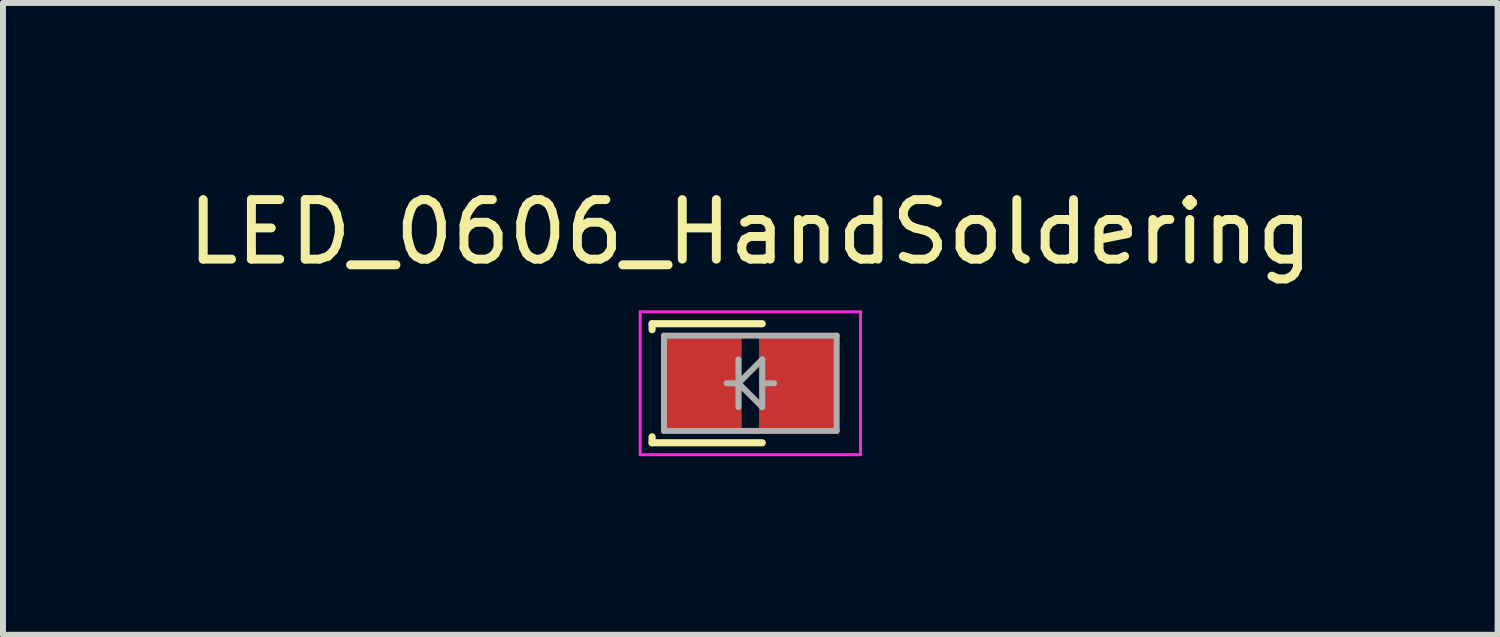
<source format=kicad_pcb>
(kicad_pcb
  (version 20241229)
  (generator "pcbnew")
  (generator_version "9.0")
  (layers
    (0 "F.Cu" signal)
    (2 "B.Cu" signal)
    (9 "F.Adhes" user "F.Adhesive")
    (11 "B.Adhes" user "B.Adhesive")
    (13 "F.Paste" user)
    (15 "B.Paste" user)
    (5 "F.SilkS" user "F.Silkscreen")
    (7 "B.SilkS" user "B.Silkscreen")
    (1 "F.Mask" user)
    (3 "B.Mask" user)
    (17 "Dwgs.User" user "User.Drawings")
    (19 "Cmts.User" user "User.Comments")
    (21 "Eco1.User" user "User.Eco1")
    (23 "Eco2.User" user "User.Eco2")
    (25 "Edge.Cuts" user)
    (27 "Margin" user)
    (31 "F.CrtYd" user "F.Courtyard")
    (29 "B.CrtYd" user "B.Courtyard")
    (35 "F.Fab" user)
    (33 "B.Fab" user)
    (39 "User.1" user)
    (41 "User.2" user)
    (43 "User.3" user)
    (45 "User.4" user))
  (footprint "LED_0606_HandSoldering"
    (layer "F.Cu")
    (at 9.554 3.388)
    (property "Reference" "LED_0606_HandSoldering" (at 0 -2.54 0) (layer "F.SilkS") (effects (font (size 1 1) (thickness 0.15))))
    (attr smd)
    (fp_line (start -1.65 -1) (end -1.65 -0.9) (stroke (width 0.12) (type solid)) (layer "F.SilkS"))
    (fp_line (start -1.65 -1) (end 0.2 -1) (stroke (width 0.12) (type solid)) (layer "F.SilkS"))
    (fp_line (start -1.65 1) (end -1.65 0.9) (stroke (width 0.12) (type solid)) (layer "F.SilkS"))
    (fp_line (start -1.65 1) (end 0.2 1) (stroke (width 0.12) (type solid)) (layer "F.SilkS"))
    (fp_line (start -1.85 -1.2) (end -1.85 1.2) (stroke (width 0.05) (type solid)) (layer "F.CrtYd"))
    (fp_line (start -1.85 1.2) (end 1.85 1.2) (stroke (width 0.05) (type solid)) (layer "F.CrtYd"))
    (fp_line (start 1.85 -1.2) (end -1.85 -1.2) (stroke (width 0.05) (type solid)) (layer "F.CrtYd"))
    (fp_line (start 1.85 1.2) (end 1.85 -1.2) (stroke (width 0.05) (type solid)) (layer "F.CrtYd"))
    (fp_line (start -1.45 -0.8) (end 1.45 -0.8) (stroke (width 0.1) (type solid)) (layer "F.Fab"))
    (fp_line (start -1.45 0.8) (end -1.45 -0.8) (stroke (width 0.1) (type solid)) (layer "F.Fab"))
    (fp_line (start -0.4 0) (end -0.2 0) (stroke (width 0.1) (type solid)) (layer "F.Fab"))
    (fp_line (start -0.2 -0.4) (end -0.2 0) (stroke (width 0.1) (type solid)) (layer "F.Fab"))
    (fp_line (start -0.2 0) (end -0.2 0.4) (stroke (width 0.1) (type solid)) (layer "F.Fab"))
    (fp_line (start -0.2 0) (end 0.2 -0.4) (stroke (width 0.1) (type solid)) (layer "F.Fab"))
    (fp_line (start 0.2 -0.4) (end 0.2 0.4) (stroke (width 0.1) (type solid)) (layer "F.Fab"))
    (fp_line (start 0.2 0) (end 0.4 0) (stroke (width 0.1) (type solid)) (layer "F.Fab"))
    (fp_line (start 0.2 0.4) (end -0.2 0) (stroke (width 0.1) (type solid)) (layer "F.Fab"))
    (fp_line (start 1.45 -0.8) (end 1.45 0.8) (stroke (width 0.1) (type solid)) (layer "F.Fab"))
    (fp_line (start 1.45 0.8) (end -1.45 0.8) (stroke (width 0.1) (type solid)) (layer "F.Fab"))
    (pad "1" smd rect (at -0.795 0 180) (size 1.3 1.6) (layers "F.Cu" "F.Mask" "F.Paste"))
    (pad "2" smd rect (at 0.795 0 180) (size 1.3 1.6) (layers "F.Cu" "F.Mask" "F.Paste")))
  (gr_rect
    (start -3 -3)
    (end 22.107 7.613)
    (stroke (width 0.1) (type default))
    (fill no)
    (layer "Edge.Cuts")))
</source>
